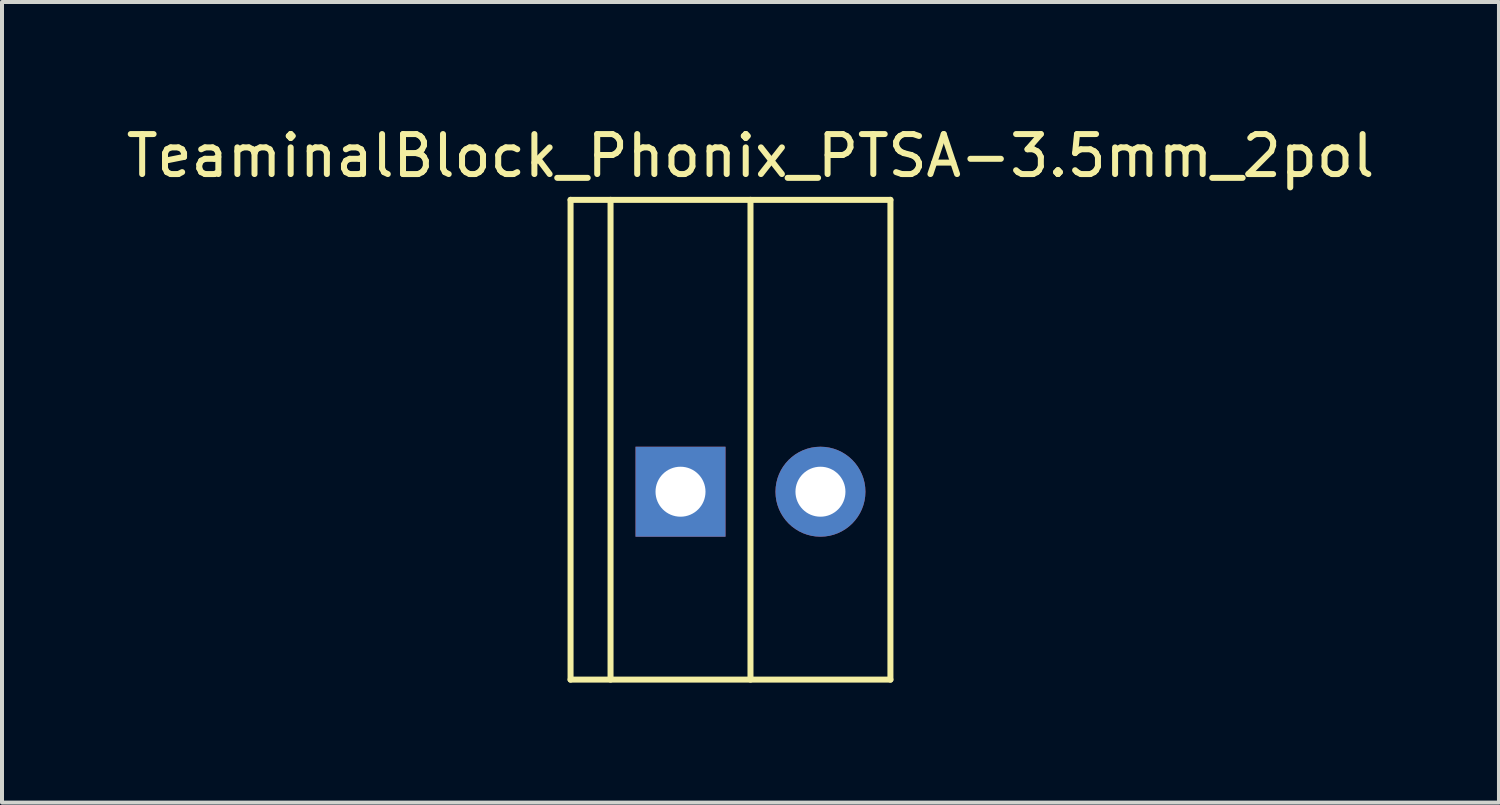
<source format=kicad_pcb>
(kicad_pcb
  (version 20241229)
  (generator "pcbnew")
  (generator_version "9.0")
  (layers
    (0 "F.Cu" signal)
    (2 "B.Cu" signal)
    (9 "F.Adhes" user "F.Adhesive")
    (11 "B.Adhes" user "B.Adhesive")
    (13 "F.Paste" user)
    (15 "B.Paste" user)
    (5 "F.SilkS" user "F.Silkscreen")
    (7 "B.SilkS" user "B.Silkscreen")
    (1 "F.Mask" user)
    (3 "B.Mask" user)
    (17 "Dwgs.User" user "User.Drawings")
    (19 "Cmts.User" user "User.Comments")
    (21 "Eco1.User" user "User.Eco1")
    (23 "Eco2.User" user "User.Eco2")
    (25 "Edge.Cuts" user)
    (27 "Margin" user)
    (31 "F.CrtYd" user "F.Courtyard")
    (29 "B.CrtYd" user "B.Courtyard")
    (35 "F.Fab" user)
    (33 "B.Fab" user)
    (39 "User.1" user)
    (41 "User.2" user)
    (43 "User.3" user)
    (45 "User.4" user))
  (footprint "TeaminalBlock_Phonix_PTSA-3.5mm_2pol"
    (layer "F.Cu")
    (at 15.72 0.948)
    (property "Reference" "TeaminalBlock_Phonix_PTSA-3.5mm_2pol" (at 0 -0.1 0) (layer "F.SilkS") (effects (font (size 1 1) (thickness 0.15))))
    (attr through_hole)
    (fp_line (start -4.5 1) (end -4.5 13) (stroke (width 0.15) (type solid)) (layer "F.SilkS"))
    (fp_line (start -4.5 1) (end 3.5 1) (stroke (width 0.15) (type solid)) (layer "F.SilkS"))
    (fp_line (start -3.5 13) (end -3.5 1) (stroke (width 0.15) (type solid)) (layer "F.SilkS"))
    (fp_line (start 0 1) (end 0 13) (stroke (width 0.15) (type solid)) (layer "F.SilkS"))
    (fp_line (start 3.5 13) (end -4.5 13) (stroke (width 0.15) (type solid)) (layer "F.SilkS"))
    (fp_line (start 3.5 13) (end 3.5 1) (stroke (width 0.15) (type solid)) (layer "F.SilkS"))
    (pad "1" thru_hole rect (at -1.75 8.3) (size 2.25 2.25) (drill 1.25) (layers "*.Cu" "*.Mask"))
    (pad "2" thru_hole circle (at 1.75 8.3) (size 2.25 2.25) (drill 1.25) (layers "*.Cu" "*.Mask")))
  (gr_rect
    (start -3 -3)
    (end 34.44 17.023)
    (stroke (width 0.1) (type default))
    (fill no)
    (layer "Edge.Cuts")))
</source>
